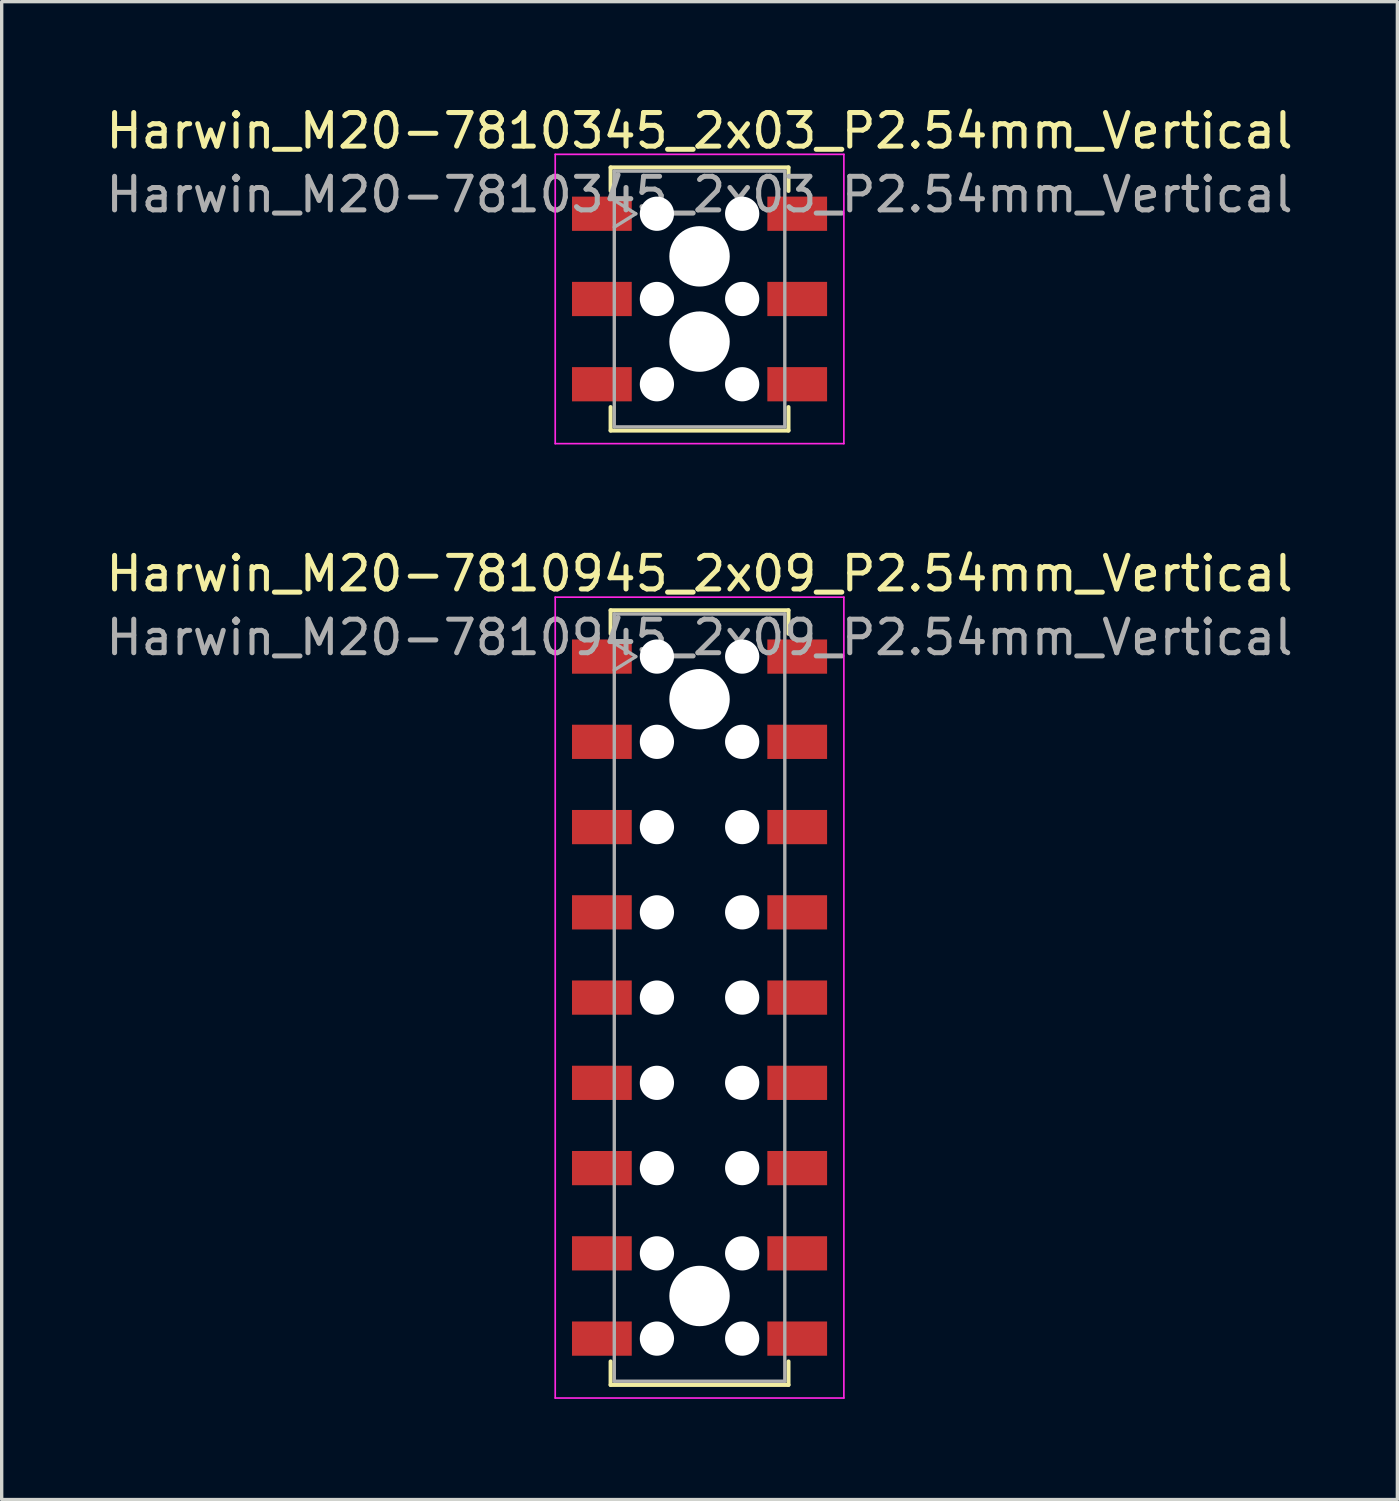
<source format=kicad_pcb>
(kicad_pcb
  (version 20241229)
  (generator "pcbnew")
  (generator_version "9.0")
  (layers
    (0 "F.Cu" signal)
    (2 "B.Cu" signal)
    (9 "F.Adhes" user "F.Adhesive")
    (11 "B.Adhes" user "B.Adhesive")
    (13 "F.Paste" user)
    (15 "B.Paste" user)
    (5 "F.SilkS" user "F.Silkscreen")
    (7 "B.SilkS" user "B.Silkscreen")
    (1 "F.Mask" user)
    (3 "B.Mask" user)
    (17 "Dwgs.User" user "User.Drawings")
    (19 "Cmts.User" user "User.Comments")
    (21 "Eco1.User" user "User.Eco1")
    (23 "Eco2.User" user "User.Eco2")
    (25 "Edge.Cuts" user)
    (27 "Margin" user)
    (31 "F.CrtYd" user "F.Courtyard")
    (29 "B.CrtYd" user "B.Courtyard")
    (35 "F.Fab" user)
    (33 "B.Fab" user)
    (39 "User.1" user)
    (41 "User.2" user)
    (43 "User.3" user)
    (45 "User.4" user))
  (footprint "Harwin_M20-7810345_2x03_P2.54mm_Vertical"
    (layer "F.Cu")
    (at 17.792 5.858)
    (property "Reference" "Harwin_M20-7810345_2x03_P2.54mm_Vertical" (at 0 -5.01 0) (layer "F.SilkS") (effects (font (size 1 1) (thickness 0.15))))
    (attr smd)
    (fp_line (start -2.65 -3.92) (end 2.65 -3.92) (stroke (width 0.12) (type solid)) (layer "F.SilkS"))
    (fp_line (start -2.65 -3.22) (end -2.65 -3.92) (stroke (width 0.12) (type solid)) (layer "F.SilkS"))
    (fp_line (start -2.65 3.22) (end -2.65 3.92) (stroke (width 0.12) (type solid)) (layer "F.SilkS"))
    (fp_line (start -2.65 3.92) (end 2.65 3.92) (stroke (width 0.12) (type solid)) (layer "F.SilkS"))
    (fp_line (start 2.65 -3.92) (end 2.65 -3.22) (stroke (width 0.12) (type solid)) (layer "F.SilkS"))
    (fp_line (start 2.65 3.92) (end 2.65 3.22) (stroke (width 0.12) (type solid)) (layer "F.SilkS"))
    (fp_line (start -4.3 -4.31) (end 4.3 -4.31) (stroke (width 0.05) (type solid)) (layer "F.CrtYd"))
    (fp_line (start -4.3 4.31) (end -4.3 -4.31) (stroke (width 0.05) (type solid)) (layer "F.CrtYd"))
    (fp_line (start 4.3 -4.31) (end 4.3 4.31) (stroke (width 0.05) (type solid)) (layer "F.CrtYd"))
    (fp_line (start 4.3 4.31) (end -4.3 4.31) (stroke (width 0.05) (type solid)) (layer "F.CrtYd"))
    (fp_line (start -2.54 -3.81) (end 2.54 -3.81) (stroke (width 0.1) (type solid)) (layer "F.Fab"))
    (fp_line (start -2.54 -2.94) (end -1.9 -2.54) (stroke (width 0.1) (type solid)) (layer "F.Fab"))
    (fp_line (start -2.54 3.81) (end -2.54 -3.81) (stroke (width 0.1) (type solid)) (layer "F.Fab"))
    (fp_line (start -1.9 -2.54) (end -2.54 -2.14) (stroke (width 0.1) (type solid)) (layer "F.Fab"))
    (fp_line (start 2.54 -3.81) (end 2.54 3.81) (stroke (width 0.1) (type solid)) (layer "F.Fab"))
    (fp_line (start 2.54 3.81) (end -2.54 3.81) (stroke (width 0.1) (type solid)) (layer "F.Fab"))
    (fp_text user "${REFERENCE}" (at 0 -3.11 0) (layer "F.Fab") (effects (font (size 1 1) (thickness 0.15))))
    (pad "" np_thru_hole circle (at -1.27 -2.54) (size 1.02 1.02) (drill 1.02) (layers "*.Cu" "*.Mask"))
    (pad "" np_thru_hole circle (at -1.27 0) (size 1.02 1.02) (drill 1.02) (layers "*.Cu" "*.Mask"))
    (pad "" np_thru_hole circle (at -1.27 2.54) (size 1.02 1.02) (drill 1.02) (layers "*.Cu" "*.Mask"))
    (pad "" np_thru_hole circle (at 0 -1.27) (size 1.8 1.8) (drill 1.8) (layers "*.Cu" "*.Mask"))
    (pad "" np_thru_hole circle (at 0 1.27) (size 1.8 1.8) (drill 1.8) (layers "*.Cu" "*.Mask"))
    (pad "" np_thru_hole circle (at 1.27 -2.54) (size 1.02 1.02) (drill 1.02) (layers "*.Cu" "*.Mask"))
    (pad "" np_thru_hole circle (at 1.27 0) (size 1.02 1.02) (drill 1.02) (layers "*.Cu" "*.Mask"))
    (pad "" np_thru_hole circle (at 1.27 2.54) (size 1.02 1.02) (drill 1.02) (layers "*.Cu" "*.Mask"))
    (pad "1" smd rect (at -2.91 -2.54) (size 1.78 1.02) (layers "F.Cu" "F.Mask" "F.Paste"))
    (pad "2" smd rect (at -2.91 0) (size 1.78 1.02) (layers "F.Cu" "F.Mask" "F.Paste"))
    (pad "3" smd rect (at -2.91 2.54) (size 1.78 1.02) (layers "F.Cu" "F.Mask" "F.Paste"))
    (pad "4" smd rect (at 2.91 -2.54) (size 1.78 1.02) (layers "F.Cu" "F.Mask" "F.Paste"))
    (pad "5" smd rect (at 2.91 0) (size 1.78 1.02) (layers "F.Cu" "F.Mask" "F.Paste"))
    (pad "6" smd rect (at 2.91 2.54) (size 1.78 1.02) (layers "F.Cu" "F.Mask" "F.Paste")))
  (footprint "Harwin_M20-7810945_2x09_P2.54mm_Vertical"
    (layer "F.Cu")
    (at 17.792 26.672)
    (property "Reference" "Harwin_M20-7810945_2x09_P2.54mm_Vertical" (at 0 -12.63 0) (layer "F.SilkS") (effects (font (size 1 1) (thickness 0.15))))
    (attr smd)
    (fp_line (start -2.65 -11.54) (end 2.65 -11.54) (stroke (width 0.12) (type solid)) (layer "F.SilkS"))
    (fp_line (start -2.65 -10.84) (end -2.65 -11.54) (stroke (width 0.12) (type solid)) (layer "F.SilkS"))
    (fp_line (start -2.65 10.84) (end -2.65 11.54) (stroke (width 0.12) (type solid)) (layer "F.SilkS"))
    (fp_line (start -2.65 11.54) (end 2.65 11.54) (stroke (width 0.12) (type solid)) (layer "F.SilkS"))
    (fp_line (start 2.65 -11.54) (end 2.65 -10.84) (stroke (width 0.12) (type solid)) (layer "F.SilkS"))
    (fp_line (start 2.65 11.54) (end 2.65 10.84) (stroke (width 0.12) (type solid)) (layer "F.SilkS"))
    (fp_line (start -4.3 -11.93) (end 4.3 -11.93) (stroke (width 0.05) (type solid)) (layer "F.CrtYd"))
    (fp_line (start -4.3 11.93) (end -4.3 -11.93) (stroke (width 0.05) (type solid)) (layer "F.CrtYd"))
    (fp_line (start 4.3 -11.93) (end 4.3 11.93) (stroke (width 0.05) (type solid)) (layer "F.CrtYd"))
    (fp_line (start 4.3 11.93) (end -4.3 11.93) (stroke (width 0.05) (type solid)) (layer "F.CrtYd"))
    (fp_line (start -2.54 -11.43) (end 2.54 -11.43) (stroke (width 0.1) (type solid)) (layer "F.Fab"))
    (fp_line (start -2.54 -10.56) (end -1.9 -10.16) (stroke (width 0.1) (type solid)) (layer "F.Fab"))
    (fp_line (start -2.54 11.43) (end -2.54 -11.43) (stroke (width 0.1) (type solid)) (layer "F.Fab"))
    (fp_line (start -1.9 -10.16) (end -2.54 -9.76) (stroke (width 0.1) (type solid)) (layer "F.Fab"))
    (fp_line (start 2.54 -11.43) (end 2.54 11.43) (stroke (width 0.1) (type solid)) (layer "F.Fab"))
    (fp_line (start 2.54 11.43) (end -2.54 11.43) (stroke (width 0.1) (type solid)) (layer "F.Fab"))
    (fp_text user "${REFERENCE}" (at 0 -10.73 0) (layer "F.Fab") (effects (font (size 1 1) (thickness 0.15))))
    (pad "" np_thru_hole circle (at -1.27 -10.16) (size 1.02 1.02) (drill 1.02) (layers "*.Cu" "*.Mask"))
    (pad "" np_thru_hole circle (at -1.27 -7.62) (size 1.02 1.02) (drill 1.02) (layers "*.Cu" "*.Mask"))
    (pad "" np_thru_hole circle (at -1.27 -5.08) (size 1.02 1.02) (drill 1.02) (layers "*.Cu" "*.Mask"))
    (pad "" np_thru_hole circle (at -1.27 -2.54) (size 1.02 1.02) (drill 1.02) (layers "*.Cu" "*.Mask"))
    (pad "" np_thru_hole circle (at -1.27 0) (size 1.02 1.02) (drill 1.02) (layers "*.Cu" "*.Mask"))
    (pad "" np_thru_hole circle (at -1.27 2.54) (size 1.02 1.02) (drill 1.02) (layers "*.Cu" "*.Mask"))
    (pad "" np_thru_hole circle (at -1.27 5.08) (size 1.02 1.02) (drill 1.02) (layers "*.Cu" "*.Mask"))
    (pad "" np_thru_hole circle (at -1.27 7.62) (size 1.02 1.02) (drill 1.02) (layers "*.Cu" "*.Mask"))
    (pad "" np_thru_hole circle (at -1.27 10.16) (size 1.02 1.02) (drill 1.02) (layers "*.Cu" "*.Mask"))
    (pad "" np_thru_hole circle (at 0 -8.89) (size 1.8 1.8) (drill 1.8) (layers "*.Cu" "*.Mask"))
    (pad "" np_thru_hole circle (at 0 8.89) (size 1.8 1.8) (drill 1.8) (layers "*.Cu" "*.Mask"))
    (pad "" np_thru_hole circle (at 1.27 -10.16) (size 1.02 1.02) (drill 1.02) (layers "*.Cu" "*.Mask"))
    (pad "" np_thru_hole circle (at 1.27 -7.62) (size 1.02 1.02) (drill 1.02) (layers "*.Cu" "*.Mask"))
    (pad "" np_thru_hole circle (at 1.27 -5.08) (size 1.02 1.02) (drill 1.02) (layers "*.Cu" "*.Mask"))
    (pad "" np_thru_hole circle (at 1.27 -2.54) (size 1.02 1.02) (drill 1.02) (layers "*.Cu" "*.Mask"))
    (pad "" np_thru_hole circle (at 1.27 0) (size 1.02 1.02) (drill 1.02) (layers "*.Cu" "*.Mask"))
    (pad "" np_thru_hole circle (at 1.27 2.54) (size 1.02 1.02) (drill 1.02) (layers "*.Cu" "*.Mask"))
    (pad "" np_thru_hole circle (at 1.27 5.08) (size 1.02 1.02) (drill 1.02) (layers "*.Cu" "*.Mask"))
    (pad "" np_thru_hole circle (at 1.27 7.62) (size 1.02 1.02) (drill 1.02) (layers "*.Cu" "*.Mask"))
    (pad "" np_thru_hole circle (at 1.27 10.16) (size 1.02 1.02) (drill 1.02) (layers "*.Cu" "*.Mask"))
    (pad "1" smd rect (at -2.91 -10.16) (size 1.78 1.02) (layers "F.Cu" "F.Mask" "F.Paste"))
    (pad "2" smd rect (at -2.91 -7.62) (size 1.78 1.02) (layers "F.Cu" "F.Mask" "F.Paste"))
    (pad "3" smd rect (at -2.91 -5.08) (size 1.78 1.02) (layers "F.Cu" "F.Mask" "F.Paste"))
    (pad "4" smd rect (at -2.91 -2.54) (size 1.78 1.02) (layers "F.Cu" "F.Mask" "F.Paste"))
    (pad "5" smd rect (at -2.91 0) (size 1.78 1.02) (layers "F.Cu" "F.Mask" "F.Paste"))
    (pad "6" smd rect (at -2.91 2.54) (size 1.78 1.02) (layers "F.Cu" "F.Mask" "F.Paste"))
    (pad "7" smd rect (at -2.91 5.08) (size 1.78 1.02) (layers "F.Cu" "F.Mask" "F.Paste"))
    (pad "8" smd rect (at -2.91 7.62) (size 1.78 1.02) (layers "F.Cu" "F.Mask" "F.Paste"))
    (pad "9" smd rect (at -2.91 10.16) (size 1.78 1.02) (layers "F.Cu" "F.Mask" "F.Paste"))
    (pad "10" smd rect (at 2.91 -10.16) (size 1.78 1.02) (layers "F.Cu" "F.Mask" "F.Paste"))
    (pad "11" smd rect (at 2.91 -7.62) (size 1.78 1.02) (layers "F.Cu" "F.Mask" "F.Paste"))
    (pad "12" smd rect (at 2.91 -5.08) (size 1.78 1.02) (layers "F.Cu" "F.Mask" "F.Paste"))
    (pad "13" smd rect (at 2.91 -2.54) (size 1.78 1.02) (layers "F.Cu" "F.Mask" "F.Paste"))
    (pad "14" smd rect (at 2.91 0) (size 1.78 1.02) (layers "F.Cu" "F.Mask" "F.Paste"))
    (pad "15" smd rect (at 2.91 2.54) (size 1.78 1.02) (layers "F.Cu" "F.Mask" "F.Paste"))
    (pad "16" smd rect (at 2.91 5.08) (size 1.78 1.02) (layers "F.Cu" "F.Mask" "F.Paste"))
    (pad "17" smd rect (at 2.91 7.62) (size 1.78 1.02) (layers "F.Cu" "F.Mask" "F.Paste"))
    (pad "18" smd rect (at 2.91 10.16) (size 1.78 1.02) (layers "F.Cu" "F.Mask" "F.Paste")))
  (gr_rect
    (start -3 -3)
    (end 38.583 41.627)
    (stroke (width 0.1) (type default))
    (fill no)
    (layer "Edge.Cuts")))
</source>
